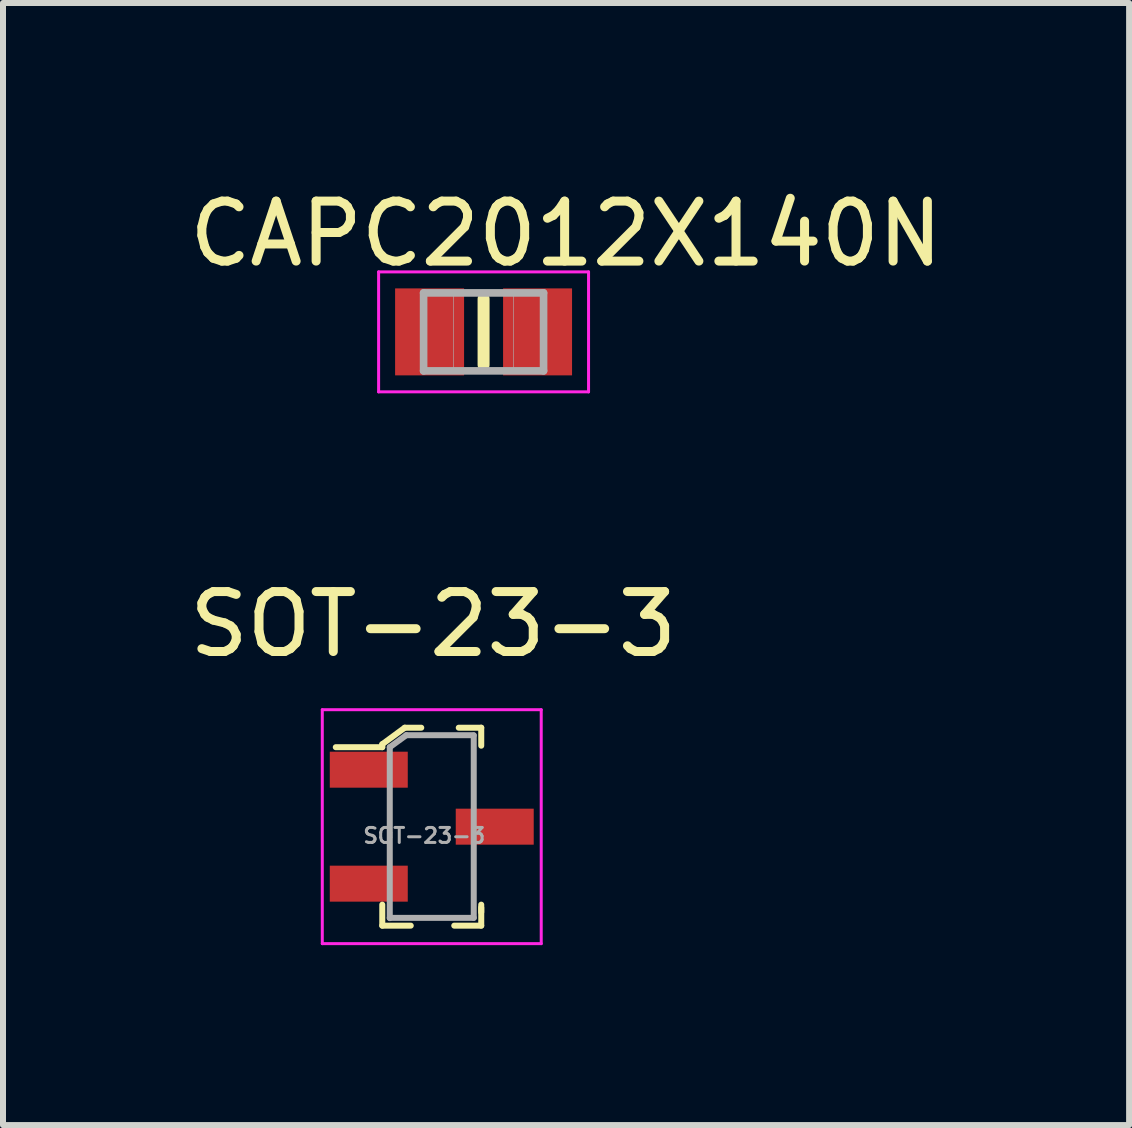
<source format=kicad_pcb>
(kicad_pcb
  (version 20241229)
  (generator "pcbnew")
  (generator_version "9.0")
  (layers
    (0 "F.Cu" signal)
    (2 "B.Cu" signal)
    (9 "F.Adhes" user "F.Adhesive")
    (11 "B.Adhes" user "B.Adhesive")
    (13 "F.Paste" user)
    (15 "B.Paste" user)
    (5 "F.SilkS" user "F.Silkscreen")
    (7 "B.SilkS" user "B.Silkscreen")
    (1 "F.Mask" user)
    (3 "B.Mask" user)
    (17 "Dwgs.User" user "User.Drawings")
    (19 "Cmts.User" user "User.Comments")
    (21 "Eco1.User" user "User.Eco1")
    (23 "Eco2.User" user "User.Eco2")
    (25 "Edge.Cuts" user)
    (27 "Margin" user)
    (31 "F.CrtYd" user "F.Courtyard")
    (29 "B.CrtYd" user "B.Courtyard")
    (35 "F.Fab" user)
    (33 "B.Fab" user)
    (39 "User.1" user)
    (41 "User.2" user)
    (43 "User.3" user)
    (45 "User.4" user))
  (footprint "CAPC2012X140N"
    (layer "F.Cu")
    (at 5.012 2.483)
    (property "Reference" "CAPC2012X140N" (at 1.375 -1.635 0) (layer "F.SilkS") (effects (font (size 1 1) (thickness 0.15))))
    (attr smd)
    (fp_line (start 0 -0.55) (end 0 0.55) (stroke (width 0.2) (type solid)) (layer "F.SilkS"))
    (fp_line (start -1.75 -1) (end 1.75 -1) (stroke (width 0.05) (type solid)) (layer "F.CrtYd"))
    (fp_line (start -1.75 1) (end -1.75 -1) (stroke (width 0.05) (type solid)) (layer "F.CrtYd"))
    (fp_line (start 1.75 -1) (end 1.75 1) (stroke (width 0.05) (type solid)) (layer "F.CrtYd"))
    (fp_line (start 1.75 1) (end -1.75 1) (stroke (width 0.05) (type solid)) (layer "F.CrtYd"))
    (fp_line (start -1 -0.65) (end 1 -0.65) (stroke (width 0.127) (type solid)) (layer "F.Fab"))
    (fp_line (start -1 0.65) (end -1 -0.65) (stroke (width 0.127) (type solid)) (layer "F.Fab"))
    (fp_line (start 1 -0.65) (end 1 0.65) (stroke (width 0.127) (type solid)) (layer "F.Fab"))
    (fp_line (start 1 0.65) (end -1 0.65) (stroke (width 0.127) (type solid)) (layer "F.Fab"))
    (fp_poly (pts (xy -1 -0.65) (xy -0.5 -0.65) (xy -0.5 0.65) (xy -1 0.65)) (stroke (width 0.01) (type solid)) (fill no) (layer "F.Fab"))
    (fp_poly (pts (xy 0.5 -0.65) (xy 1 -0.65) (xy 1 0.65) (xy 0.5 0.65)) (stroke (width 0.01) (type solid)) (fill no) (layer "F.Fab"))
    (pad "1" smd rect (at -0.9 0) (size 1.15 1.45) (layers "F.Cu" "F.Mask" "F.Paste"))
    (pad "2" smd rect (at 0.9 0) (size 1.15 1.45) (layers "F.Cu" "F.Mask" "F.Paste")))
  (footprint "SOT-23-3"
    (layer "F.Cu")
    (at 4.148 10.732)
    (property "Reference" "SOT-23-3" (at 0.025 -3.375 0) (layer "F.SilkS") (effects (font (size 1 1) (thickness 0.15))))
    (attr smd)
    (fp_line (start -0.825 -1.375) (end -0.825 -1.325) (stroke (width 0.1) (type solid)) (layer "F.SilkS"))
    (fp_line (start -0.825 -1.325) (end -1.6 -1.325) (stroke (width 0.1) (type solid)) (layer "F.SilkS"))
    (fp_line (start -0.825 1.65) (end -0.825 1.3) (stroke (width 0.1) (type solid)) (layer "F.SilkS"))
    (fp_line (start -0.45 -1.65) (end -0.825 -1.375) (stroke (width 0.1) (type solid)) (layer "F.SilkS"))
    (fp_line (start -0.35 1.65) (end -0.825 1.65) (stroke (width 0.1) (type solid)) (layer "F.SilkS"))
    (fp_line (start -0.175 -1.65) (end -0.45 -1.65) (stroke (width 0.1) (type solid)) (layer "F.SilkS"))
    (fp_line (start 0.45 -1.65) (end 0.825 -1.65) (stroke (width 0.1) (type solid)) (layer "F.SilkS"))
    (fp_line (start 0.825 -1.65) (end 0.825 -1.35) (stroke (width 0.1) (type solid)) (layer "F.SilkS"))
    (fp_line (start 0.825 1.35) (end 0.825 1.65) (stroke (width 0.1) (type solid)) (layer "F.SilkS"))
    (fp_line (start 0.825 1.425) (end 0.825 1.3) (stroke (width 0.1) (type solid)) (layer "F.SilkS"))
    (fp_line (start 0.825 1.65) (end 0.375 1.65) (stroke (width 0.1) (type solid)) (layer "F.SilkS"))
    (fp_line (start -1.825 -1.95) (end -1.825 1.95) (stroke (width 0.05) (type solid)) (layer "F.CrtYd"))
    (fp_line (start -1.825 -1.95) (end 1.825 -1.95) (stroke (width 0.05) (type solid)) (layer "F.CrtYd"))
    (fp_line (start 1.825 -1.95) (end 1.825 1.95) (stroke (width 0.05) (type solid)) (layer "F.CrtYd"))
    (fp_line (start 1.825 1.95) (end -1.825 1.95) (stroke (width 0.05) (type solid)) (layer "F.CrtYd"))
    (fp_line (start -0.7 -1.325) (end -0.7 1.525) (stroke (width 0.1) (type solid)) (layer "F.Fab"))
    (fp_line (start -0.7 1.52) (end 0.7 1.52) (stroke (width 0.1) (type solid)) (layer "F.Fab"))
    (fp_line (start -0.425 -1.525) (end -0.7 -1.325) (stroke (width 0.1) (type solid)) (layer "F.Fab"))
    (fp_line (start -0.425 -1.525) (end 0.7 -1.525) (stroke (width 0.1) (type solid)) (layer "F.Fab"))
    (fp_line (start 0.7 1.52) (end 0.7 -1.52) (stroke (width 0.1) (type solid)) (layer "F.Fab"))
    (fp_text user "${REFERENCE}" (at -0.125 0.15 0) (layer "F.Fab") (effects (font (size 0.25 0.25) (thickness 0.05))))
    (pad "1" smd rect (at -1.05 -0.95) (size 1.3 0.6) (layers "F.Cu" "F.Mask" "F.Paste"))
    (pad "2" smd rect (at -1.05 0.95) (size 1.3 0.6) (layers "F.Cu" "F.Mask" "F.Paste"))
    (pad "3" smd rect (at 1.05 0) (size 1.3 0.6) (layers "F.Cu" "F.Mask" "F.Paste")))
  (gr_rect
    (start -3 -3)
    (end 15.774 15.707)
    (stroke (width 0.1) (type default))
    (fill no)
    (layer "Edge.Cuts")))
</source>
